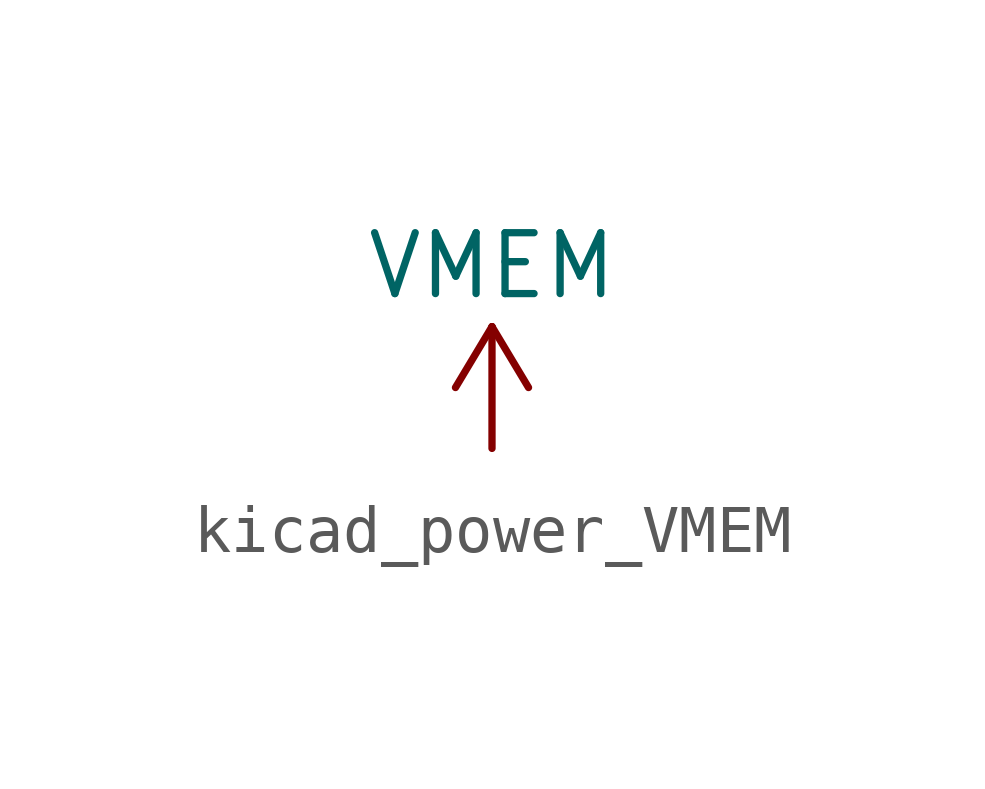
<source format=kicad_sym>
(kicad_symbol_lib
  (version 20220914)
  (generator kicad_symbol_editor)
  (symbol "kicad_power_VMEM"
    (power)
    (pin_names
      (offset 0))
    (property "Reference" "#PWR"
      (at 0 -3.81 0)
      (effects (font (size 1.27 1.27)) hide))
    (property "Value" "VMEM"
      (at 0 3.81 0)
      (effects (font (size 1.27 1.27))))
    (symbol "kicad_power_VMEM_0_1"
      (polyline (pts (xy -0.762 1.27) (xy 0 2.54)) (stroke (width 0) (type default)) (fill (type none)))
      (polyline (pts (xy 0 0) (xy 0 2.54)) (stroke (width 0) (type default)) (fill (type none)))
      (polyline (pts (xy 0 2.54) (xy 0.762 1.27)) (stroke (width 0) (type default)) (fill (type none))))
    (symbol "kicad_power_VMEM_1_1"
      (pin power_in line (at 0 0 90) (length 0) hide (name "VMEM" (effects (font (size 1.27 1.27)))) (number "1" (effects (font (size 1.27 1.27))))))))
</source>
